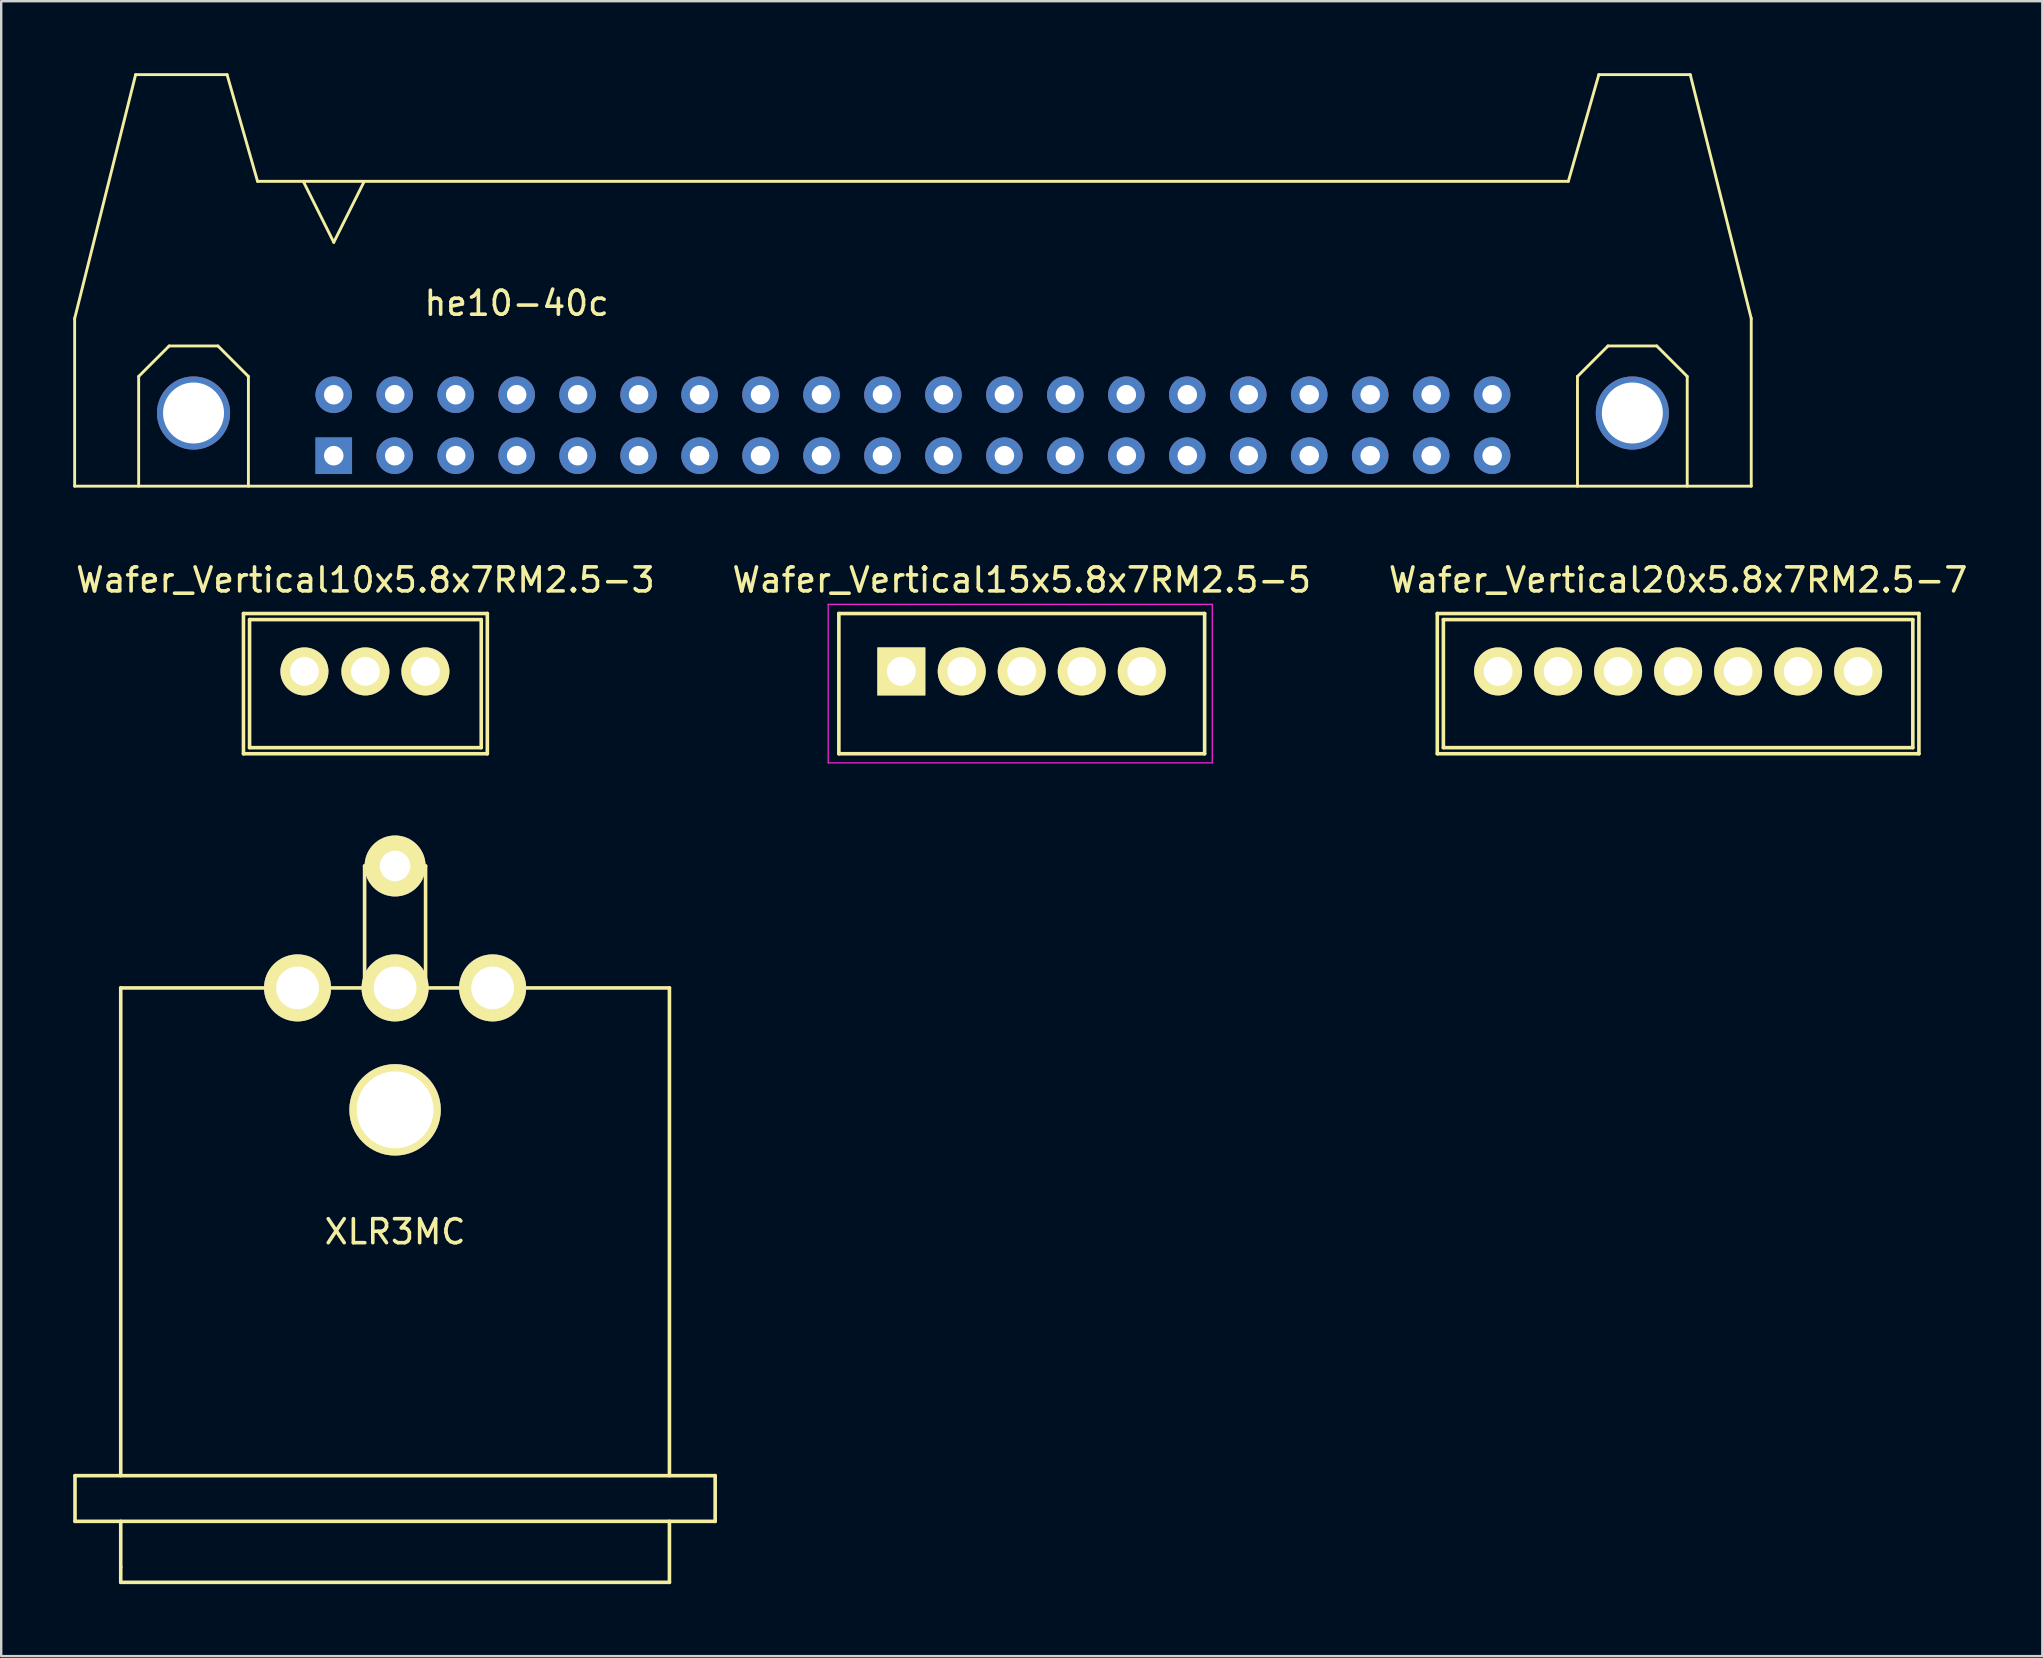
<source format=kicad_pcb>
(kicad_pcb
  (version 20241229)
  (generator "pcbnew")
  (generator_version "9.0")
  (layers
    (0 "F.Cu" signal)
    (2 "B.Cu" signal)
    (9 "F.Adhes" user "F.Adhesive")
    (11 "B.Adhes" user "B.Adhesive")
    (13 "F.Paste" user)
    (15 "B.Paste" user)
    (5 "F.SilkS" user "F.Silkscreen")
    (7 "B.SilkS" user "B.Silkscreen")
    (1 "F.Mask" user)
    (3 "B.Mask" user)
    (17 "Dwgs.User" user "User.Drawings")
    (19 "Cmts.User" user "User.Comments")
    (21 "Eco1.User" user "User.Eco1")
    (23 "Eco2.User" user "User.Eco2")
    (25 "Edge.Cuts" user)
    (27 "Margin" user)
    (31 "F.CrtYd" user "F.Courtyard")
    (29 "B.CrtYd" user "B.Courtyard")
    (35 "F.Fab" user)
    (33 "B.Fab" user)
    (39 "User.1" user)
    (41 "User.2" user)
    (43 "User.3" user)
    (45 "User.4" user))
  (footprint "Wafer_Vertical20x5.8x7RM2.5-7"
    (layer "F.Cu")
    (at 66.863 24.923)
    (property "Reference" "Wafer_Vertical20x5.8x7RM2.5-7" (at 0 -3.81 0) (layer "F.SilkS") (effects (font (size 1 1) (thickness 0.15))))
    (attr through_hole)
    (fp_line (start -10.033 -2.413) (end -10.033 3.429) (stroke (width 0.15) (type solid)) (layer "F.SilkS"))
    (fp_line (start -10.033 3.429) (end 10.033 3.429) (stroke (width 0.15) (type solid)) (layer "F.SilkS"))
    (fp_line (start -9.779 -2.159) (end -9.779 3.175) (stroke (width 0.15) (type solid)) (layer "F.SilkS"))
    (fp_line (start -9.779 3.175) (end 9.779 3.175) (stroke (width 0.15) (type solid)) (layer "F.SilkS"))
    (fp_line (start 9.779 -2.159) (end -9.779 -2.159) (stroke (width 0.15) (type solid)) (layer "F.SilkS"))
    (fp_line (start 9.779 3.175) (end 9.779 -2.159) (stroke (width 0.15) (type solid)) (layer "F.SilkS"))
    (fp_line (start 10.033 -2.413) (end -10.033 -2.413) (stroke (width 0.15) (type solid)) (layer "F.SilkS"))
    (fp_line (start 10.033 3.429) (end 10.033 -2.413) (stroke (width 0.15) (type solid)) (layer "F.SilkS"))
    (pad "1" thru_hole circle (at -7.5 0) (size 2 2) (drill 1.2) (layers "*.Cu" "*.Mask" "F.SilkS"))
    (pad "2" thru_hole circle (at -5 0) (size 2 2) (drill 1.2) (layers "*.Cu" "*.Mask" "F.SilkS"))
    (pad "3" thru_hole circle (at -2.5 0) (size 2 2) (drill 1.2) (layers "*.Cu" "*.Mask" "F.SilkS"))
    (pad "4" thru_hole circle (at 0 0) (size 2 2) (drill 1.2) (layers "*.Cu" "*.Mask" "F.SilkS"))
    (pad "5" thru_hole circle (at 2.5 0) (size 2 2) (drill 1.2) (layers "*.Cu" "*.Mask" "F.SilkS"))
    (pad "6" thru_hole circle (at 5 0) (size 2 2) (drill 1.2) (layers "*.Cu" "*.Mask" "F.SilkS"))
    (pad "7" thru_hole circle (at 7.5 0) (size 2 2) (drill 1.2) (layers "*.Cu" "*.Mask" "F.SilkS")))
  (footprint "XLR3MC"
    (layer "F.Cu")
    (at 13.41 38.108)
    (property "Reference" "XLR3MC" (at 0 10.16 0) (layer "F.SilkS") (effects (font (size 1 1) (thickness 0.15))))
    (attr through_hole)
    (fp_line (start -13.335 20.32) (end -13.335 22.225) (stroke (width 0.15) (type solid)) (layer "F.SilkS"))
    (fp_line (start -13.335 22.225) (end 13.335 22.225) (stroke (width 0.15) (type solid)) (layer "F.SilkS"))
    (fp_line (start -11.43 0) (end -11.43 20.32) (stroke (width 0.15) (type solid)) (layer "F.SilkS"))
    (fp_line (start -11.43 0) (end 11.43 0) (stroke (width 0.15) (type solid)) (layer "F.SilkS"))
    (fp_line (start -11.43 22.225) (end -11.43 24.13) (stroke (width 0.15) (type solid)) (layer "F.SilkS"))
    (fp_line (start -11.43 24.13) (end -11.43 24.765) (stroke (width 0.15) (type solid)) (layer "F.SilkS"))
    (fp_line (start -11.43 24.765) (end 11.43 24.765) (stroke (width 0.15) (type solid)) (layer "F.SilkS"))
    (fp_line (start -1.27 -5.08) (end 1.27 -5.08) (stroke (width 0.15) (type solid)) (layer "F.SilkS"))
    (fp_line (start -1.27 0) (end -1.27 -5.08) (stroke (width 0.15) (type solid)) (layer "F.SilkS"))
    (fp_line (start 1.27 -5.08) (end 1.27 0) (stroke (width 0.15) (type solid)) (layer "F.SilkS"))
    (fp_line (start 11.43 0) (end 11.43 20.32) (stroke (width 0.15) (type solid)) (layer "F.SilkS"))
    (fp_line (start 11.43 24.765) (end 11.43 22.225) (stroke (width 0.15) (type solid)) (layer "F.SilkS"))
    (fp_line (start 13.335 20.32) (end -13.335 20.32) (stroke (width 0.15) (type solid)) (layer "F.SilkS"))
    (fp_line (start 13.335 22.225) (end 13.335 20.32) (stroke (width 0.15) (type solid)) (layer "F.SilkS"))
    (pad "" thru_hole circle (at 0 5.08) (size 3.81 3.81) (drill 3.2) (layers "*.Cu" "*.Mask" "F.SilkS"))
    (pad "1" thru_hole circle (at -4.064 0) (size 2.794 2.794) (drill 1.778) (layers "*.Cu" "*.Mask" "F.SilkS"))
    (pad "2" thru_hole circle (at 4.064 0) (size 2.794 2.794) (drill 1.778) (layers "*.Cu" "*.Mask" "F.SilkS"))
    (pad "3" thru_hole circle (at 0 0) (size 2.794 2.794) (drill 1.778) (layers "*.Cu" "*.Mask" "F.SilkS"))
    (pad "4" thru_hole circle (at 0 -5.08) (size 2.54 2.54) (drill 1.27) (layers "*.Cu" "*.Mask" "F.SilkS")))
  (footprint "he10-40c"
    (layer "F.Cu")
    (at 34.985 14.665)
    (property "Reference" "he10-40c" (at -16.51 -5.08 0) (layer "F.SilkS") (effects (font (size 1 1) (thickness 0.15))))
    (attr through_hole)
    (fp_line (start -34.925 -4.445) (end -34.925 2.54) (stroke (width 0.12) (type solid)) (layer "F.SilkS"))
    (fp_line (start -34.925 2.54) (end 34.925 2.54) (stroke (width 0.12) (type solid)) (layer "F.SilkS"))
    (fp_line (start -32.385 -14.605) (end -34.925 -4.445) (stroke (width 0.12) (type solid)) (layer "F.SilkS"))
    (fp_line (start -32.385 -14.605) (end -28.575 -14.605) (stroke (width 0.12) (type solid)) (layer "F.SilkS"))
    (fp_line (start -32.258 -2.032) (end -30.988 -3.302) (stroke (width 0.12) (type solid)) (layer "F.SilkS"))
    (fp_line (start -32.258 2.54) (end -32.258 -2.032) (stroke (width 0.12) (type solid)) (layer "F.SilkS"))
    (fp_line (start -30.988 -3.302) (end -28.956 -3.302) (stroke (width 0.12) (type solid)) (layer "F.SilkS"))
    (fp_line (start -28.956 -3.302) (end -27.686 -2.032) (stroke (width 0.12) (type solid)) (layer "F.SilkS"))
    (fp_line (start -28.575 -14.605) (end -27.305 -10.16) (stroke (width 0.12) (type solid)) (layer "F.SilkS"))
    (fp_line (start -27.686 -2.032) (end -27.686 2.54) (stroke (width 0.12) (type solid)) (layer "F.SilkS"))
    (fp_line (start -25.4 -10.16) (end -24.13 -7.62) (stroke (width 0.12) (type solid)) (layer "F.SilkS"))
    (fp_line (start -24.13 -7.62) (end -22.86 -10.16) (stroke (width 0.12) (type solid)) (layer "F.SilkS"))
    (fp_line (start 27.305 -10.16) (end -27.305 -10.16) (stroke (width 0.12) (type solid)) (layer "F.SilkS"))
    (fp_line (start 27.686 -2.032) (end 28.956 -3.302) (stroke (width 0.12) (type solid)) (layer "F.SilkS"))
    (fp_line (start 27.686 2.54) (end 27.686 -2.032) (stroke (width 0.12) (type solid)) (layer "F.SilkS"))
    (fp_line (start 28.575 -14.605) (end 27.305 -10.16) (stroke (width 0.12) (type solid)) (layer "F.SilkS"))
    (fp_line (start 28.956 -3.302) (end 30.988 -3.302) (stroke (width 0.12) (type solid)) (layer "F.SilkS"))
    (fp_line (start 30.988 -3.302) (end 32.258 -2.032) (stroke (width 0.12) (type solid)) (layer "F.SilkS"))
    (fp_line (start 32.258 -2.032) (end 32.258 2.54) (stroke (width 0.12) (type solid)) (layer "F.SilkS"))
    (fp_line (start 32.385 -14.605) (end 28.575 -14.605) (stroke (width 0.12) (type solid)) (layer "F.SilkS"))
    (fp_line (start 34.925 -4.445) (end 32.385 -14.605) (stroke (width 0.12) (type solid)) (layer "F.SilkS"))
    (fp_line (start 34.925 2.54) (end 34.925 -4.445) (stroke (width 0.12) (type solid)) (layer "F.SilkS"))
    (pad "0" thru_hole circle (at -29.972 -0.508) (size 3.048 3.048) (drill 2.54) (layers "*.Cu" "*.Mask"))
    (pad "0" thru_hole circle (at 29.972 -0.508) (size 3.048 3.048) (drill 2.54) (layers "*.Cu" "*.Mask"))
    (pad "1" thru_hole rect (at -24.13 1.27) (size 1.524 1.524) (drill 0.813) (layers "*.Cu" "*.Mask"))
    (pad "2" thru_hole circle (at -24.13 -1.27) (size 1.524 1.524) (drill 0.813) (layers "*.Cu" "*.Mask"))
    (pad "3" thru_hole circle (at -21.59 1.27) (size 1.524 1.524) (drill 0.813) (layers "*.Cu" "*.Mask"))
    (pad "4" thru_hole circle (at -21.59 -1.27) (size 1.524 1.524) (drill 0.813) (layers "*.Cu" "*.Mask"))
    (pad "5" thru_hole circle (at -19.05 1.27) (size 1.524 1.524) (drill 0.813) (layers "*.Cu" "*.Mask"))
    (pad "6" thru_hole circle (at -19.05 -1.27) (size 1.524 1.524) (drill 0.813) (layers "*.Cu" "*.Mask"))
    (pad "7" thru_hole circle (at -16.51 1.27) (size 1.524 1.524) (drill 0.813) (layers "*.Cu" "*.Mask"))
    (pad "8" thru_hole circle (at -16.51 -1.27) (size 1.524 1.524) (drill 0.813) (layers "*.Cu" "*.Mask"))
    (pad "9" thru_hole circle (at -13.97 1.27) (size 1.524 1.524) (drill 0.813) (layers "*.Cu" "*.Mask"))
    (pad "10" thru_hole circle (at -13.97 -1.27) (size 1.524 1.524) (drill 0.813) (layers "*.Cu" "*.Mask"))
    (pad "11" thru_hole circle (at -11.43 1.27) (size 1.524 1.524) (drill 0.813) (layers "*.Cu" "*.Mask"))
    (pad "12" thru_hole circle (at -11.43 -1.27) (size 1.524 1.524) (drill 0.813) (layers "*.Cu" "*.Mask"))
    (pad "13" thru_hole circle (at -8.89 1.27) (size 1.524 1.524) (drill 0.813) (layers "*.Cu" "*.Mask"))
    (pad "14" thru_hole circle (at -8.89 -1.27) (size 1.524 1.524) (drill 0.813) (layers "*.Cu" "*.Mask"))
    (pad "15" thru_hole circle (at -6.35 1.27) (size 1.524 1.524) (drill 0.813) (layers "*.Cu" "*.Mask"))
    (pad "16" thru_hole circle (at -6.35 -1.27) (size 1.524 1.524) (drill 0.813) (layers "*.Cu" "*.Mask"))
    (pad "17" thru_hole circle (at -3.81 1.27) (size 1.524 1.524) (drill 0.813) (layers "*.Cu" "*.Mask"))
    (pad "18" thru_hole circle (at -3.81 -1.27) (size 1.524 1.524) (drill 0.813) (layers "*.Cu" "*.Mask"))
    (pad "19" thru_hole circle (at -1.27 1.27) (size 1.524 1.524) (drill 0.813) (layers "*.Cu" "*.Mask"))
    (pad "20" thru_hole circle (at -1.27 -1.27) (size 1.524 1.524) (drill 0.813) (layers "*.Cu" "*.Mask"))
    (pad "21" thru_hole circle (at 1.27 1.27) (size 1.524 1.524) (drill 0.813) (layers "*.Cu" "*.Mask"))
    (pad "22" thru_hole circle (at 1.27 -1.27) (size 1.524 1.524) (drill 0.813) (layers "*.Cu" "*.Mask"))
    (pad "23" thru_hole circle (at 3.81 1.27) (size 1.524 1.524) (drill 0.813) (layers "*.Cu" "*.Mask"))
    (pad "24" thru_hole circle (at 3.81 -1.27) (size 1.524 1.524) (drill 0.813) (layers "*.Cu" "*.Mask"))
    (pad "25" thru_hole circle (at 6.35 1.27) (size 1.524 1.524) (drill 0.813) (layers "*.Cu" "*.Mask"))
    (pad "26" thru_hole circle (at 6.35 -1.27) (size 1.524 1.524) (drill 0.813) (layers "*.Cu" "*.Mask"))
    (pad "27" thru_hole circle (at 8.89 1.27) (size 1.524 1.524) (drill 0.813) (layers "*.Cu" "*.Mask"))
    (pad "28" thru_hole circle (at 8.89 -1.27) (size 1.524 1.524) (drill 0.813) (layers "*.Cu" "*.Mask"))
    (pad "29" thru_hole circle (at 11.43 1.27) (size 1.524 1.524) (drill 0.813) (layers "*.Cu" "*.Mask"))
    (pad "30" thru_hole circle (at 11.43 -1.27) (size 1.524 1.524) (drill 0.813) (layers "*.Cu" "*.Mask"))
    (pad "31" thru_hole circle (at 13.97 1.27) (size 1.524 1.524) (drill 0.813) (layers "*.Cu" "*.Mask"))
    (pad "32" thru_hole circle (at 13.97 -1.27) (size 1.524 1.524) (drill 0.813) (layers "*.Cu" "*.Mask"))
    (pad "33" thru_hole circle (at 16.51 1.27) (size 1.524 1.524) (drill 0.813) (layers "*.Cu" "*.Mask"))
    (pad "34" thru_hole circle (at 16.51 -1.27) (size 1.524 1.524) (drill 0.813) (layers "*.Cu" "*.Mask"))
    (pad "35" thru_hole circle (at 19.05 1.27) (size 1.524 1.524) (drill 0.813) (layers "*.Cu" "*.Mask"))
    (pad "36" thru_hole circle (at 19.05 -1.27) (size 1.524 1.524) (drill 0.813) (layers "*.Cu" "*.Mask"))
    (pad "37" thru_hole circle (at 21.59 1.27) (size 1.524 1.524) (drill 0.813) (layers "*.Cu" "*.Mask"))
    (pad "38" thru_hole circle (at 21.59 -1.27) (size 1.524 1.524) (drill 0.813) (layers "*.Cu" "*.Mask"))
    (pad "39" thru_hole circle (at 24.13 1.27) (size 1.524 1.524) (drill 0.813) (layers "*.Cu" "*.Mask"))
    (pad "40" thru_hole circle (at 24.13 -1.27) (size 1.524 1.524) (drill 0.813) (layers "*.Cu" "*.Mask")))
  (footprint "Wafer_Vertical10x5.8x7RM2.5-3"
    (layer "F.Cu")
    (at 9.633 24.923)
    (property "Reference" "Wafer_Vertical10x5.8x7RM2.5-3" (at 2.54 -3.81 0) (layer "F.SilkS") (effects (font (size 1 1) (thickness 0.15))))
    (attr through_hole)
    (fp_line (start -2.54 -2.413) (end -2.54 3.429) (stroke (width 0.15) (type solid)) (layer "F.SilkS"))
    (fp_line (start -2.54 -2.413) (end 7.62 -2.413) (stroke (width 0.15) (type solid)) (layer "F.SilkS"))
    (fp_line (start -2.286 -2.159) (end -2.286 3.175) (stroke (width 0.15) (type solid)) (layer "F.SilkS"))
    (fp_line (start -2.286 3.175) (end 7.366 3.175) (stroke (width 0.15) (type solid)) (layer "F.SilkS"))
    (fp_line (start 7.366 -2.159) (end -2.286 -2.159) (stroke (width 0.15) (type solid)) (layer "F.SilkS"))
    (fp_line (start 7.366 -2.159) (end 7.366 3.175) (stroke (width 0.15) (type solid)) (layer "F.SilkS"))
    (fp_line (start 7.62 -2.413) (end 7.62 3.429) (stroke (width 0.15) (type solid)) (layer "F.SilkS"))
    (fp_line (start 7.62 3.429) (end -2.54 3.429) (stroke (width 0.15) (type solid)) (layer "F.SilkS"))
    (pad "1" thru_hole circle (at 0 0) (size 2 2) (drill 1.2) (layers "*.Cu" "*.Mask" "F.SilkS"))
    (pad "2" thru_hole circle (at 2.54 0) (size 2 2) (drill 1.2) (layers "*.Cu" "*.Mask" "F.SilkS"))
    (pad "3" thru_hole circle (at 5.04 0) (size 2 2) (drill 1.2) (layers "*.Cu" "*.Mask" "F.SilkS")))
  (footprint "Wafer_Vertical15x5.8x7RM2.5-5"
    (layer "F.Cu")
    (at 34.501 24.923)
    (property "Reference" "Wafer_Vertical15x5.8x7RM2.5-5" (at 5.016 -3.81 0) (layer "F.SilkS") (effects (font (size 1 1) (thickness 0.15))))
    (attr through_hole)
    (fp_line (start -2.603 -2.413) (end -2.603 3.429) (stroke (width 0.15) (type solid)) (layer "F.SilkS"))
    (fp_line (start -2.603 -2.413) (end 12.636 -2.413) (stroke (width 0.15) (type solid)) (layer "F.SilkS"))
    (fp_line (start 12.636 -2.413) (end 12.636 3.429) (stroke (width 0.15) (type solid)) (layer "F.SilkS"))
    (fp_line (start 12.636 3.429) (end -2.603 3.429) (stroke (width 0.15) (type solid)) (layer "F.SilkS"))
    (fp_line (start -3.048 -2.794) (end 12.954 -2.794) (stroke (width 0.05) (type solid)) (layer "F.CrtYd"))
    (fp_line (start -3.048 3.81) (end -3.048 -2.794) (stroke (width 0.05) (type solid)) (layer "F.CrtYd"))
    (fp_line (start 12.954 -2.794) (end 12.954 3.81) (stroke (width 0.05) (type solid)) (layer "F.CrtYd"))
    (fp_line (start 12.954 3.81) (end -3.048 3.81) (stroke (width 0.05) (type solid)) (layer "F.CrtYd"))
    (pad "1" thru_hole rect (at 0 0) (size 2 2) (drill 1.2) (layers "*.Cu" "*.Mask" "F.SilkS"))
    (pad "2" thru_hole circle (at 2.517 0) (size 2 2) (drill 1.2) (layers "*.Cu" "*.Mask" "F.SilkS"))
    (pad "3" thru_hole circle (at 5.016 0) (size 2 2) (drill 1.2) (layers "*.Cu" "*.Mask" "F.SilkS"))
    (pad "4" thru_hole circle (at 7.516 0) (size 2 2) (drill 1.2) (layers "*.Cu" "*.Mask" "F.SilkS"))
    (pad "5" thru_hole circle (at 10.017 0) (size 2 2) (drill 1.2) (layers "*.Cu" "*.Mask" "F.SilkS")))
  (gr_rect
    (start -3 -3)
    (end 82.036 65.948)
    (stroke (width 0.1) (type default))
    (fill no)
    (layer "Edge.Cuts")))
</source>
